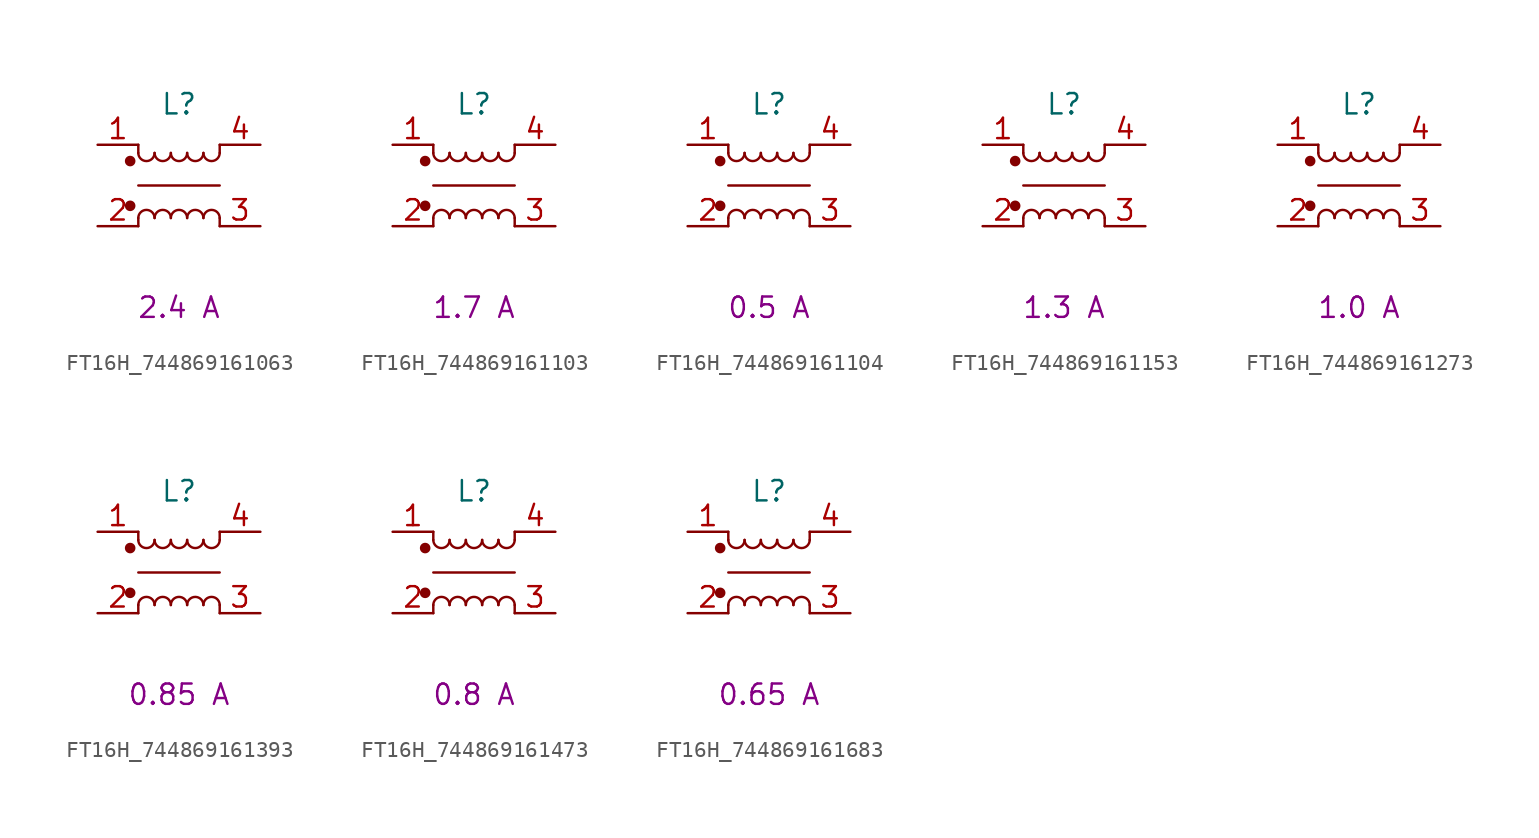
<source format=kicad_sym>
(kicad_symbol_lib
  (version 20220914)
  (generator kicad_symbol_editor)
  (symbol "FT16H_744869161063"
    (pin_names hide)
    (property "Reference" "L"
      (at 0 5.08 0)
      (effects (font (size 1.27 1.27))))
    (property "Critical Parameter" "2.4 A"
      (at 0 -7.62 0)
      (effects (font (size 1.27 1.27))))
    (symbol "FT16H_744869161063_0_1"
      (circle (center -3.048 -1.27) (radius 0.254) (stroke (width 0) (type default)) (fill (type outline)))
      (circle (center -3.048 1.524) (radius 0.254) (stroke (width 0) (type default)) (fill (type outline)))
      (arc (start -2.54 2.032) (mid -2.032 1.5262) (end -1.524 2.032) (stroke (width 0) (type default)) (fill (type none)))
      (arc (start -1.524 -2.032) (mid -2.032 -1.5262) (end -2.54 -2.032) (stroke (width 0) (type default)) (fill (type none)))
      (arc (start -1.524 2.032) (mid -1.016 1.5262) (end -0.508 2.032) (stroke (width 0) (type default)) (fill (type none)))
      (arc (start -0.508 -2.032) (mid -1.016 -1.5262) (end -1.524 -2.032) (stroke (width 0) (type default)) (fill (type none)))
      (arc (start -0.508 2.032) (mid 0 1.5262) (end 0.508 2.032) (stroke (width 0) (type default)) (fill (type none)))
      (polyline (pts (xy -2.54 -2.032) (xy -2.54 -2.54)) (stroke (width 0) (type default)) (fill (type none)))
      (polyline (pts (xy -2.54 2.032) (xy -2.54 2.54)) (stroke (width 0) (type default)) (fill (type none)))
      (polyline (pts (xy 2.54 -2.032) (xy 2.54 -2.54)) (stroke (width 0) (type default)) (fill (type none)))
      (polyline (pts (xy 2.54 0) (xy -2.54 0)) (stroke (width 0) (type default)) (fill (type none)))
      (polyline (pts (xy 2.54 2.54) (xy 2.54 2.032)) (stroke (width 0) (type default)) (fill (type none)))
      (arc (start 0.508 -2.032) (mid 0 -1.5262) (end -0.508 -2.032) (stroke (width 0) (type default)) (fill (type none)))
      (arc (start 0.508 2.032) (mid 1.016 1.5262) (end 1.524 2.032) (stroke (width 0) (type default)) (fill (type none)))
      (arc (start 1.524 -2.032) (mid 1.016 -1.5262) (end 0.508 -2.032) (stroke (width 0) (type default)) (fill (type none)))
      (arc (start 1.524 2.032) (mid 2.032 1.5262) (end 2.54 2.032) (stroke (width 0) (type default)) (fill (type none)))
      (arc (start 2.54 -2.032) (mid 2.032 -1.5262) (end 1.524 -2.032) (stroke (width 0) (type default)) (fill (type none))))
    (symbol "FT16H_744869161063_1_1"
      (pin passive line (at -5.08 2.54 0) (length 2.54) (name "1" (effects (font (size 1.27 1.27)))) (number "1" (effects (font (size 1.27 1.27)))))
      (pin passive line (at -5.08 -2.54 0) (length 2.54) (name "2" (effects (font (size 1.27 1.27)))) (number "2" (effects (font (size 1.27 1.27)))))
      (pin passive line (at 5.08 -2.54 180) (length 2.54) (name "3" (effects (font (size 1.27 1.27)))) (number "3" (effects (font (size 1.27 1.27)))))
      (pin passive line (at 5.08 2.54 180) (length 2.54) (name "4" (effects (font (size 1.27 1.27)))) (number "4" (effects (font (size 1.27 1.27)))))))
  (symbol "FT16H_744869161103"
    (pin_names hide)
    (property "Reference" "L"
      (at 0 5.08 0)
      (effects (font (size 1.27 1.27))))
    (property "Critical Parameter" "1.7 A"
      (at 0 -7.62 0)
      (effects (font (size 1.27 1.27))))
    (symbol "FT16H_744869161103_0_1"
      (circle (center -3.048 -1.27) (radius 0.254) (stroke (width 0) (type default)) (fill (type outline)))
      (circle (center -3.048 1.524) (radius 0.254) (stroke (width 0) (type default)) (fill (type outline)))
      (arc (start -2.54 2.032) (mid -2.032 1.5262) (end -1.524 2.032) (stroke (width 0) (type default)) (fill (type none)))
      (arc (start -1.524 -2.032) (mid -2.032 -1.5262) (end -2.54 -2.032) (stroke (width 0) (type default)) (fill (type none)))
      (arc (start -1.524 2.032) (mid -1.016 1.5262) (end -0.508 2.032) (stroke (width 0) (type default)) (fill (type none)))
      (arc (start -0.508 -2.032) (mid -1.016 -1.5262) (end -1.524 -2.032) (stroke (width 0) (type default)) (fill (type none)))
      (arc (start -0.508 2.032) (mid 0 1.5262) (end 0.508 2.032) (stroke (width 0) (type default)) (fill (type none)))
      (polyline (pts (xy -2.54 -2.032) (xy -2.54 -2.54)) (stroke (width 0) (type default)) (fill (type none)))
      (polyline (pts (xy -2.54 2.032) (xy -2.54 2.54)) (stroke (width 0) (type default)) (fill (type none)))
      (polyline (pts (xy 2.54 -2.032) (xy 2.54 -2.54)) (stroke (width 0) (type default)) (fill (type none)))
      (polyline (pts (xy 2.54 0) (xy -2.54 0)) (stroke (width 0) (type default)) (fill (type none)))
      (polyline (pts (xy 2.54 2.54) (xy 2.54 2.032)) (stroke (width 0) (type default)) (fill (type none)))
      (arc (start 0.508 -2.032) (mid 0 -1.5262) (end -0.508 -2.032) (stroke (width 0) (type default)) (fill (type none)))
      (arc (start 0.508 2.032) (mid 1.016 1.5262) (end 1.524 2.032) (stroke (width 0) (type default)) (fill (type none)))
      (arc (start 1.524 -2.032) (mid 1.016 -1.5262) (end 0.508 -2.032) (stroke (width 0) (type default)) (fill (type none)))
      (arc (start 1.524 2.032) (mid 2.032 1.5262) (end 2.54 2.032) (stroke (width 0) (type default)) (fill (type none)))
      (arc (start 2.54 -2.032) (mid 2.032 -1.5262) (end 1.524 -2.032) (stroke (width 0) (type default)) (fill (type none))))
    (symbol "FT16H_744869161103_1_1"
      (pin passive line (at -5.08 2.54 0) (length 2.54) (name "1" (effects (font (size 1.27 1.27)))) (number "1" (effects (font (size 1.27 1.27)))))
      (pin passive line (at -5.08 -2.54 0) (length 2.54) (name "2" (effects (font (size 1.27 1.27)))) (number "2" (effects (font (size 1.27 1.27)))))
      (pin passive line (at 5.08 -2.54 180) (length 2.54) (name "3" (effects (font (size 1.27 1.27)))) (number "3" (effects (font (size 1.27 1.27)))))
      (pin passive line (at 5.08 2.54 180) (length 2.54) (name "4" (effects (font (size 1.27 1.27)))) (number "4" (effects (font (size 1.27 1.27)))))))
  (symbol "FT16H_744869161104"
    (pin_names hide)
    (property "Reference" "L"
      (at 0 5.08 0)
      (effects (font (size 1.27 1.27))))
    (property "Critical Parameter" "0.5 A"
      (at 0 -7.62 0)
      (effects (font (size 1.27 1.27))))
    (symbol "FT16H_744869161104_0_1"
      (circle (center -3.048 -1.27) (radius 0.254) (stroke (width 0) (type default)) (fill (type outline)))
      (circle (center -3.048 1.524) (radius 0.254) (stroke (width 0) (type default)) (fill (type outline)))
      (arc (start -2.54 2.032) (mid -2.032 1.5262) (end -1.524 2.032) (stroke (width 0) (type default)) (fill (type none)))
      (arc (start -1.524 -2.032) (mid -2.032 -1.5262) (end -2.54 -2.032) (stroke (width 0) (type default)) (fill (type none)))
      (arc (start -1.524 2.032) (mid -1.016 1.5262) (end -0.508 2.032) (stroke (width 0) (type default)) (fill (type none)))
      (arc (start -0.508 -2.032) (mid -1.016 -1.5262) (end -1.524 -2.032) (stroke (width 0) (type default)) (fill (type none)))
      (arc (start -0.508 2.032) (mid 0 1.5262) (end 0.508 2.032) (stroke (width 0) (type default)) (fill (type none)))
      (polyline (pts (xy -2.54 -2.032) (xy -2.54 -2.54)) (stroke (width 0) (type default)) (fill (type none)))
      (polyline (pts (xy -2.54 2.032) (xy -2.54 2.54)) (stroke (width 0) (type default)) (fill (type none)))
      (polyline (pts (xy 2.54 -2.032) (xy 2.54 -2.54)) (stroke (width 0) (type default)) (fill (type none)))
      (polyline (pts (xy 2.54 0) (xy -2.54 0)) (stroke (width 0) (type default)) (fill (type none)))
      (polyline (pts (xy 2.54 2.54) (xy 2.54 2.032)) (stroke (width 0) (type default)) (fill (type none)))
      (arc (start 0.508 -2.032) (mid 0 -1.5262) (end -0.508 -2.032) (stroke (width 0) (type default)) (fill (type none)))
      (arc (start 0.508 2.032) (mid 1.016 1.5262) (end 1.524 2.032) (stroke (width 0) (type default)) (fill (type none)))
      (arc (start 1.524 -2.032) (mid 1.016 -1.5262) (end 0.508 -2.032) (stroke (width 0) (type default)) (fill (type none)))
      (arc (start 1.524 2.032) (mid 2.032 1.5262) (end 2.54 2.032) (stroke (width 0) (type default)) (fill (type none)))
      (arc (start 2.54 -2.032) (mid 2.032 -1.5262) (end 1.524 -2.032) (stroke (width 0) (type default)) (fill (type none))))
    (symbol "FT16H_744869161104_1_1"
      (pin passive line (at -5.08 2.54 0) (length 2.54) (name "1" (effects (font (size 1.27 1.27)))) (number "1" (effects (font (size 1.27 1.27)))))
      (pin passive line (at -5.08 -2.54 0) (length 2.54) (name "2" (effects (font (size 1.27 1.27)))) (number "2" (effects (font (size 1.27 1.27)))))
      (pin passive line (at 5.08 -2.54 180) (length 2.54) (name "3" (effects (font (size 1.27 1.27)))) (number "3" (effects (font (size 1.27 1.27)))))
      (pin passive line (at 5.08 2.54 180) (length 2.54) (name "4" (effects (font (size 1.27 1.27)))) (number "4" (effects (font (size 1.27 1.27)))))))
  (symbol "FT16H_744869161153"
    (pin_names hide)
    (property "Reference" "L"
      (at 0 5.08 0)
      (effects (font (size 1.27 1.27))))
    (property "Critical Parameter" "1.3 A"
      (at 0 -7.62 0)
      (effects (font (size 1.27 1.27))))
    (symbol "FT16H_744869161153_0_1"
      (circle (center -3.048 -1.27) (radius 0.254) (stroke (width 0) (type default)) (fill (type outline)))
      (circle (center -3.048 1.524) (radius 0.254) (stroke (width 0) (type default)) (fill (type outline)))
      (arc (start -2.54 2.032) (mid -2.032 1.5262) (end -1.524 2.032) (stroke (width 0) (type default)) (fill (type none)))
      (arc (start -1.524 -2.032) (mid -2.032 -1.5262) (end -2.54 -2.032) (stroke (width 0) (type default)) (fill (type none)))
      (arc (start -1.524 2.032) (mid -1.016 1.5262) (end -0.508 2.032) (stroke (width 0) (type default)) (fill (type none)))
      (arc (start -0.508 -2.032) (mid -1.016 -1.5262) (end -1.524 -2.032) (stroke (width 0) (type default)) (fill (type none)))
      (arc (start -0.508 2.032) (mid 0 1.5262) (end 0.508 2.032) (stroke (width 0) (type default)) (fill (type none)))
      (polyline (pts (xy -2.54 -2.032) (xy -2.54 -2.54)) (stroke (width 0) (type default)) (fill (type none)))
      (polyline (pts (xy -2.54 2.032) (xy -2.54 2.54)) (stroke (width 0) (type default)) (fill (type none)))
      (polyline (pts (xy 2.54 -2.032) (xy 2.54 -2.54)) (stroke (width 0) (type default)) (fill (type none)))
      (polyline (pts (xy 2.54 0) (xy -2.54 0)) (stroke (width 0) (type default)) (fill (type none)))
      (polyline (pts (xy 2.54 2.54) (xy 2.54 2.032)) (stroke (width 0) (type default)) (fill (type none)))
      (arc (start 0.508 -2.032) (mid 0 -1.5262) (end -0.508 -2.032) (stroke (width 0) (type default)) (fill (type none)))
      (arc (start 0.508 2.032) (mid 1.016 1.5262) (end 1.524 2.032) (stroke (width 0) (type default)) (fill (type none)))
      (arc (start 1.524 -2.032) (mid 1.016 -1.5262) (end 0.508 -2.032) (stroke (width 0) (type default)) (fill (type none)))
      (arc (start 1.524 2.032) (mid 2.032 1.5262) (end 2.54 2.032) (stroke (width 0) (type default)) (fill (type none)))
      (arc (start 2.54 -2.032) (mid 2.032 -1.5262) (end 1.524 -2.032) (stroke (width 0) (type default)) (fill (type none))))
    (symbol "FT16H_744869161153_1_1"
      (pin passive line (at -5.08 2.54 0) (length 2.54) (name "1" (effects (font (size 1.27 1.27)))) (number "1" (effects (font (size 1.27 1.27)))))
      (pin passive line (at -5.08 -2.54 0) (length 2.54) (name "2" (effects (font (size 1.27 1.27)))) (number "2" (effects (font (size 1.27 1.27)))))
      (pin passive line (at 5.08 -2.54 180) (length 2.54) (name "3" (effects (font (size 1.27 1.27)))) (number "3" (effects (font (size 1.27 1.27)))))
      (pin passive line (at 5.08 2.54 180) (length 2.54) (name "4" (effects (font (size 1.27 1.27)))) (number "4" (effects (font (size 1.27 1.27)))))))
  (symbol "FT16H_744869161273"
    (pin_names hide)
    (property "Reference" "L"
      (at 0 5.08 0)
      (effects (font (size 1.27 1.27))))
    (property "Critical Parameter" "1.0 A"
      (at 0 -7.62 0)
      (effects (font (size 1.27 1.27))))
    (symbol "FT16H_744869161273_0_1"
      (circle (center -3.048 -1.27) (radius 0.254) (stroke (width 0) (type default)) (fill (type outline)))
      (circle (center -3.048 1.524) (radius 0.254) (stroke (width 0) (type default)) (fill (type outline)))
      (arc (start -2.54 2.032) (mid -2.032 1.5262) (end -1.524 2.032) (stroke (width 0) (type default)) (fill (type none)))
      (arc (start -1.524 -2.032) (mid -2.032 -1.5262) (end -2.54 -2.032) (stroke (width 0) (type default)) (fill (type none)))
      (arc (start -1.524 2.032) (mid -1.016 1.5262) (end -0.508 2.032) (stroke (width 0) (type default)) (fill (type none)))
      (arc (start -0.508 -2.032) (mid -1.016 -1.5262) (end -1.524 -2.032) (stroke (width 0) (type default)) (fill (type none)))
      (arc (start -0.508 2.032) (mid 0 1.5262) (end 0.508 2.032) (stroke (width 0) (type default)) (fill (type none)))
      (polyline (pts (xy -2.54 -2.032) (xy -2.54 -2.54)) (stroke (width 0) (type default)) (fill (type none)))
      (polyline (pts (xy -2.54 2.032) (xy -2.54 2.54)) (stroke (width 0) (type default)) (fill (type none)))
      (polyline (pts (xy 2.54 -2.032) (xy 2.54 -2.54)) (stroke (width 0) (type default)) (fill (type none)))
      (polyline (pts (xy 2.54 0) (xy -2.54 0)) (stroke (width 0) (type default)) (fill (type none)))
      (polyline (pts (xy 2.54 2.54) (xy 2.54 2.032)) (stroke (width 0) (type default)) (fill (type none)))
      (arc (start 0.508 -2.032) (mid 0 -1.5262) (end -0.508 -2.032) (stroke (width 0) (type default)) (fill (type none)))
      (arc (start 0.508 2.032) (mid 1.016 1.5262) (end 1.524 2.032) (stroke (width 0) (type default)) (fill (type none)))
      (arc (start 1.524 -2.032) (mid 1.016 -1.5262) (end 0.508 -2.032) (stroke (width 0) (type default)) (fill (type none)))
      (arc (start 1.524 2.032) (mid 2.032 1.5262) (end 2.54 2.032) (stroke (width 0) (type default)) (fill (type none)))
      (arc (start 2.54 -2.032) (mid 2.032 -1.5262) (end 1.524 -2.032) (stroke (width 0) (type default)) (fill (type none))))
    (symbol "FT16H_744869161273_1_1"
      (pin passive line (at -5.08 2.54 0) (length 2.54) (name "1" (effects (font (size 1.27 1.27)))) (number "1" (effects (font (size 1.27 1.27)))))
      (pin passive line (at -5.08 -2.54 0) (length 2.54) (name "2" (effects (font (size 1.27 1.27)))) (number "2" (effects (font (size 1.27 1.27)))))
      (pin passive line (at 5.08 -2.54 180) (length 2.54) (name "3" (effects (font (size 1.27 1.27)))) (number "3" (effects (font (size 1.27 1.27)))))
      (pin passive line (at 5.08 2.54 180) (length 2.54) (name "4" (effects (font (size 1.27 1.27)))) (number "4" (effects (font (size 1.27 1.27)))))))
  (symbol "FT16H_744869161393"
    (pin_names hide)
    (property "Reference" "L"
      (at 0 5.08 0)
      (effects (font (size 1.27 1.27))))
    (property "Critical Parameter" "0.85 A"
      (at 0 -7.62 0)
      (effects (font (size 1.27 1.27))))
    (symbol "FT16H_744869161393_0_1"
      (circle (center -3.048 -1.27) (radius 0.254) (stroke (width 0) (type default)) (fill (type outline)))
      (circle (center -3.048 1.524) (radius 0.254) (stroke (width 0) (type default)) (fill (type outline)))
      (arc (start -2.54 2.032) (mid -2.032 1.5262) (end -1.524 2.032) (stroke (width 0) (type default)) (fill (type none)))
      (arc (start -1.524 -2.032) (mid -2.032 -1.5262) (end -2.54 -2.032) (stroke (width 0) (type default)) (fill (type none)))
      (arc (start -1.524 2.032) (mid -1.016 1.5262) (end -0.508 2.032) (stroke (width 0) (type default)) (fill (type none)))
      (arc (start -0.508 -2.032) (mid -1.016 -1.5262) (end -1.524 -2.032) (stroke (width 0) (type default)) (fill (type none)))
      (arc (start -0.508 2.032) (mid 0 1.5262) (end 0.508 2.032) (stroke (width 0) (type default)) (fill (type none)))
      (polyline (pts (xy -2.54 -2.032) (xy -2.54 -2.54)) (stroke (width 0) (type default)) (fill (type none)))
      (polyline (pts (xy -2.54 2.032) (xy -2.54 2.54)) (stroke (width 0) (type default)) (fill (type none)))
      (polyline (pts (xy 2.54 -2.032) (xy 2.54 -2.54)) (stroke (width 0) (type default)) (fill (type none)))
      (polyline (pts (xy 2.54 0) (xy -2.54 0)) (stroke (width 0) (type default)) (fill (type none)))
      (polyline (pts (xy 2.54 2.54) (xy 2.54 2.032)) (stroke (width 0) (type default)) (fill (type none)))
      (arc (start 0.508 -2.032) (mid 0 -1.5262) (end -0.508 -2.032) (stroke (width 0) (type default)) (fill (type none)))
      (arc (start 0.508 2.032) (mid 1.016 1.5262) (end 1.524 2.032) (stroke (width 0) (type default)) (fill (type none)))
      (arc (start 1.524 -2.032) (mid 1.016 -1.5262) (end 0.508 -2.032) (stroke (width 0) (type default)) (fill (type none)))
      (arc (start 1.524 2.032) (mid 2.032 1.5262) (end 2.54 2.032) (stroke (width 0) (type default)) (fill (type none)))
      (arc (start 2.54 -2.032) (mid 2.032 -1.5262) (end 1.524 -2.032) (stroke (width 0) (type default)) (fill (type none))))
    (symbol "FT16H_744869161393_1_1"
      (pin passive line (at -5.08 2.54 0) (length 2.54) (name "1" (effects (font (size 1.27 1.27)))) (number "1" (effects (font (size 1.27 1.27)))))
      (pin passive line (at -5.08 -2.54 0) (length 2.54) (name "2" (effects (font (size 1.27 1.27)))) (number "2" (effects (font (size 1.27 1.27)))))
      (pin passive line (at 5.08 -2.54 180) (length 2.54) (name "3" (effects (font (size 1.27 1.27)))) (number "3" (effects (font (size 1.27 1.27)))))
      (pin passive line (at 5.08 2.54 180) (length 2.54) (name "4" (effects (font (size 1.27 1.27)))) (number "4" (effects (font (size 1.27 1.27)))))))
  (symbol "FT16H_744869161473"
    (pin_names hide)
    (property "Reference" "L"
      (at 0 5.08 0)
      (effects (font (size 1.27 1.27))))
    (property "Critical Parameter" "0.8 A"
      (at 0 -7.62 0)
      (effects (font (size 1.27 1.27))))
    (symbol "FT16H_744869161473_0_1"
      (circle (center -3.048 -1.27) (radius 0.254) (stroke (width 0) (type default)) (fill (type outline)))
      (circle (center -3.048 1.524) (radius 0.254) (stroke (width 0) (type default)) (fill (type outline)))
      (arc (start -2.54 2.032) (mid -2.032 1.5262) (end -1.524 2.032) (stroke (width 0) (type default)) (fill (type none)))
      (arc (start -1.524 -2.032) (mid -2.032 -1.5262) (end -2.54 -2.032) (stroke (width 0) (type default)) (fill (type none)))
      (arc (start -1.524 2.032) (mid -1.016 1.5262) (end -0.508 2.032) (stroke (width 0) (type default)) (fill (type none)))
      (arc (start -0.508 -2.032) (mid -1.016 -1.5262) (end -1.524 -2.032) (stroke (width 0) (type default)) (fill (type none)))
      (arc (start -0.508 2.032) (mid 0 1.5262) (end 0.508 2.032) (stroke (width 0) (type default)) (fill (type none)))
      (polyline (pts (xy -2.54 -2.032) (xy -2.54 -2.54)) (stroke (width 0) (type default)) (fill (type none)))
      (polyline (pts (xy -2.54 2.032) (xy -2.54 2.54)) (stroke (width 0) (type default)) (fill (type none)))
      (polyline (pts (xy 2.54 -2.032) (xy 2.54 -2.54)) (stroke (width 0) (type default)) (fill (type none)))
      (polyline (pts (xy 2.54 0) (xy -2.54 0)) (stroke (width 0) (type default)) (fill (type none)))
      (polyline (pts (xy 2.54 2.54) (xy 2.54 2.032)) (stroke (width 0) (type default)) (fill (type none)))
      (arc (start 0.508 -2.032) (mid 0 -1.5262) (end -0.508 -2.032) (stroke (width 0) (type default)) (fill (type none)))
      (arc (start 0.508 2.032) (mid 1.016 1.5262) (end 1.524 2.032) (stroke (width 0) (type default)) (fill (type none)))
      (arc (start 1.524 -2.032) (mid 1.016 -1.5262) (end 0.508 -2.032) (stroke (width 0) (type default)) (fill (type none)))
      (arc (start 1.524 2.032) (mid 2.032 1.5262) (end 2.54 2.032) (stroke (width 0) (type default)) (fill (type none)))
      (arc (start 2.54 -2.032) (mid 2.032 -1.5262) (end 1.524 -2.032) (stroke (width 0) (type default)) (fill (type none))))
    (symbol "FT16H_744869161473_1_1"
      (pin passive line (at -5.08 2.54 0) (length 2.54) (name "1" (effects (font (size 1.27 1.27)))) (number "1" (effects (font (size 1.27 1.27)))))
      (pin passive line (at -5.08 -2.54 0) (length 2.54) (name "2" (effects (font (size 1.27 1.27)))) (number "2" (effects (font (size 1.27 1.27)))))
      (pin passive line (at 5.08 -2.54 180) (length 2.54) (name "3" (effects (font (size 1.27 1.27)))) (number "3" (effects (font (size 1.27 1.27)))))
      (pin passive line (at 5.08 2.54 180) (length 2.54) (name "4" (effects (font (size 1.27 1.27)))) (number "4" (effects (font (size 1.27 1.27)))))))
  (symbol "FT16H_744869161683"
    (pin_names hide)
    (property "Reference" "L"
      (at 0 5.08 0)
      (effects (font (size 1.27 1.27))))
    (property "Critical Parameter" "0.65 A"
      (at 0 -7.62 0)
      (effects (font (size 1.27 1.27))))
    (symbol "FT16H_744869161683_0_1"
      (circle (center -3.048 -1.27) (radius 0.254) (stroke (width 0) (type default)) (fill (type outline)))
      (circle (center -3.048 1.524) (radius 0.254) (stroke (width 0) (type default)) (fill (type outline)))
      (arc (start -2.54 2.032) (mid -2.032 1.5262) (end -1.524 2.032) (stroke (width 0) (type default)) (fill (type none)))
      (arc (start -1.524 -2.032) (mid -2.032 -1.5262) (end -2.54 -2.032) (stroke (width 0) (type default)) (fill (type none)))
      (arc (start -1.524 2.032) (mid -1.016 1.5262) (end -0.508 2.032) (stroke (width 0) (type default)) (fill (type none)))
      (arc (start -0.508 -2.032) (mid -1.016 -1.5262) (end -1.524 -2.032) (stroke (width 0) (type default)) (fill (type none)))
      (arc (start -0.508 2.032) (mid 0 1.5262) (end 0.508 2.032) (stroke (width 0) (type default)) (fill (type none)))
      (polyline (pts (xy -2.54 -2.032) (xy -2.54 -2.54)) (stroke (width 0) (type default)) (fill (type none)))
      (polyline (pts (xy -2.54 2.032) (xy -2.54 2.54)) (stroke (width 0) (type default)) (fill (type none)))
      (polyline (pts (xy 2.54 -2.032) (xy 2.54 -2.54)) (stroke (width 0) (type default)) (fill (type none)))
      (polyline (pts (xy 2.54 0) (xy -2.54 0)) (stroke (width 0) (type default)) (fill (type none)))
      (polyline (pts (xy 2.54 2.54) (xy 2.54 2.032)) (stroke (width 0) (type default)) (fill (type none)))
      (arc (start 0.508 -2.032) (mid 0 -1.5262) (end -0.508 -2.032) (stroke (width 0) (type default)) (fill (type none)))
      (arc (start 0.508 2.032) (mid 1.016 1.5262) (end 1.524 2.032) (stroke (width 0) (type default)) (fill (type none)))
      (arc (start 1.524 -2.032) (mid 1.016 -1.5262) (end 0.508 -2.032) (stroke (width 0) (type default)) (fill (type none)))
      (arc (start 1.524 2.032) (mid 2.032 1.5262) (end 2.54 2.032) (stroke (width 0) (type default)) (fill (type none)))
      (arc (start 2.54 -2.032) (mid 2.032 -1.5262) (end 1.524 -2.032) (stroke (width 0) (type default)) (fill (type none))))
    (symbol "FT16H_744869161683_1_1"
      (pin passive line (at -5.08 2.54 0) (length 2.54) (name "1" (effects (font (size 1.27 1.27)))) (number "1" (effects (font (size 1.27 1.27)))))
      (pin passive line (at -5.08 -2.54 0) (length 2.54) (name "2" (effects (font (size 1.27 1.27)))) (number "2" (effects (font (size 1.27 1.27)))))
      (pin passive line (at 5.08 -2.54 180) (length 2.54) (name "3" (effects (font (size 1.27 1.27)))) (number "3" (effects (font (size 1.27 1.27)))))
      (pin passive line (at 5.08 2.54 180) (length 2.54) (name "4" (effects (font (size 1.27 1.27)))) (number "4" (effects (font (size 1.27 1.27))))))))
</source>
